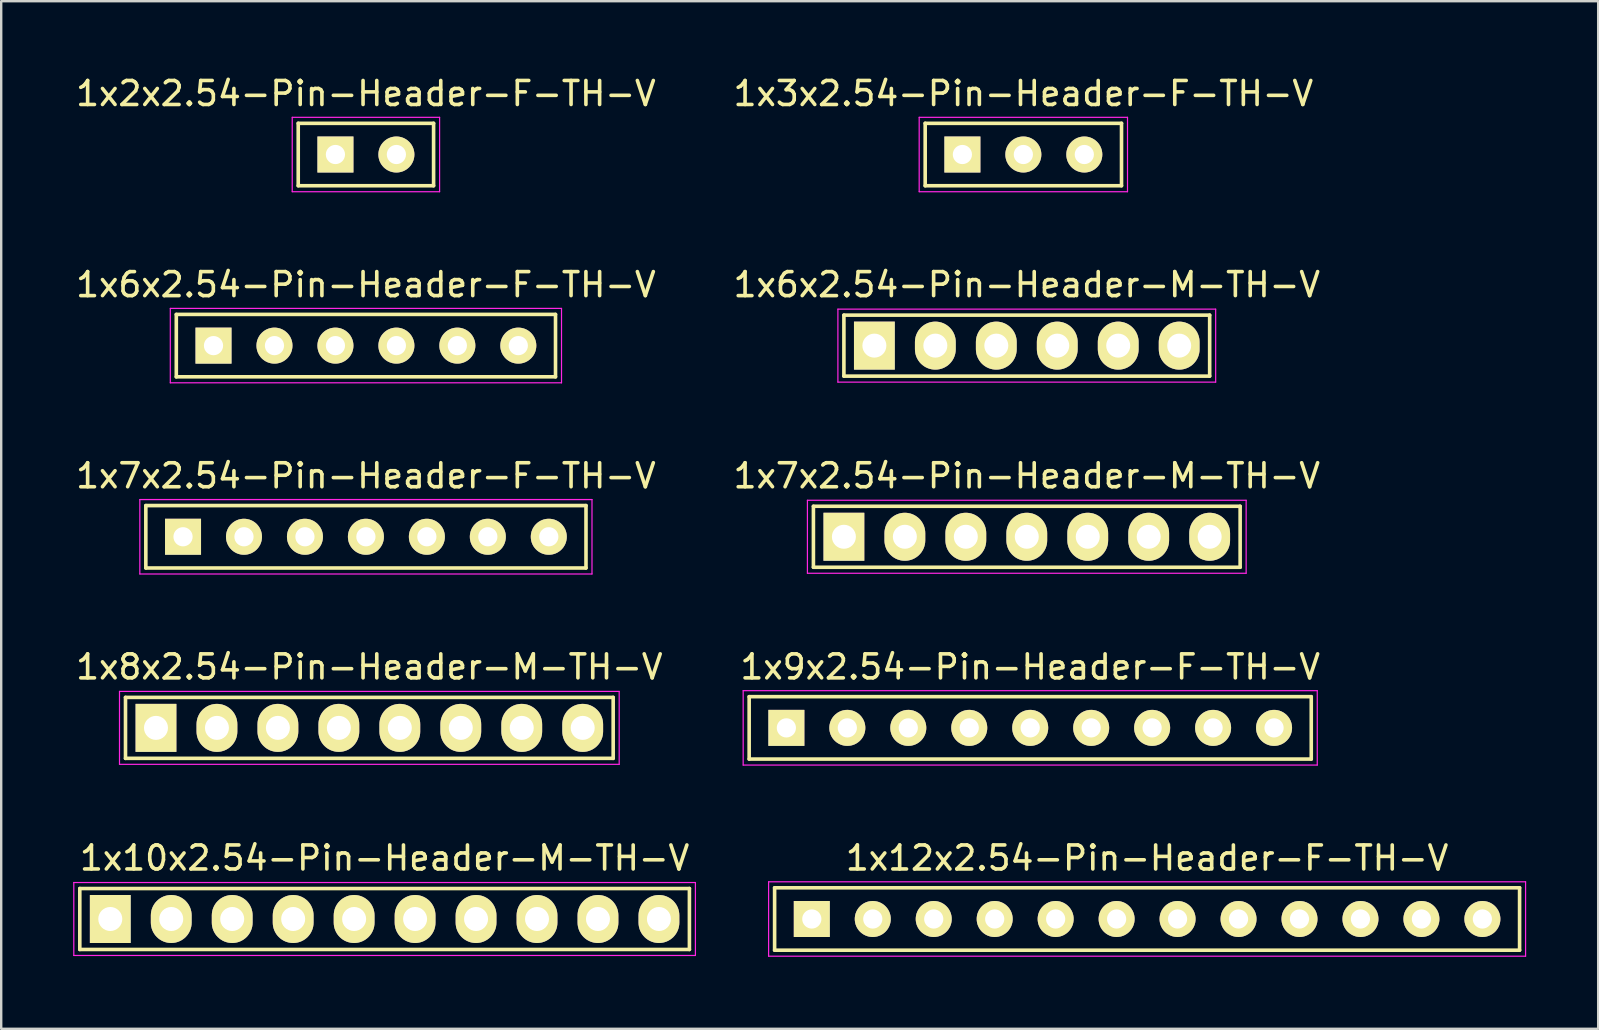
<source format=kicad_pcb>
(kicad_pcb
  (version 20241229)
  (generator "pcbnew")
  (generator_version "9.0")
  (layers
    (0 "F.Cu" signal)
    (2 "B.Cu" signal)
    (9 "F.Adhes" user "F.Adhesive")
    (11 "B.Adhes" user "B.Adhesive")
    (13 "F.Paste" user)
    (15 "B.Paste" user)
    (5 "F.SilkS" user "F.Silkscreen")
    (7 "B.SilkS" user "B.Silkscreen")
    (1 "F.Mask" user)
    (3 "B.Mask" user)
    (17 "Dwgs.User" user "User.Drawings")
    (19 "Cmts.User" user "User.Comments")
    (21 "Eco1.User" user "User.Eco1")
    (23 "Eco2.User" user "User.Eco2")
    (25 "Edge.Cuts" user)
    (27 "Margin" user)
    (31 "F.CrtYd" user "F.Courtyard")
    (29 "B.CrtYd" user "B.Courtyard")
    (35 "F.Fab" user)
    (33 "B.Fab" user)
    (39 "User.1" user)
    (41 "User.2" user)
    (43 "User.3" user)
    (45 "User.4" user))
  (footprint "1x12x2.54-Pin-Header-F-TH-V"
    (layer "F.Cu")
    (at 44.745 35.241)
    (property "Reference" "1x12x2.54-Pin-Header-F-TH-V" (at 0 -2.54 0) (layer "F.SilkS") (effects (font (size 1 1) (thickness 0.15))))
    (attr through_hole)
    (fp_line (start -15.52 -1.3) (end 15.52 -1.3) (stroke (width 0.15) (type solid)) (layer "F.SilkS"))
    (fp_line (start -15.52 1.3) (end -15.52 -1.3) (stroke (width 0.15) (type solid)) (layer "F.SilkS"))
    (fp_line (start 15.52 -1.3) (end 15.52 1.3) (stroke (width 0.15) (type solid)) (layer "F.SilkS"))
    (fp_line (start 15.52 1.3) (end -15.52 1.3) (stroke (width 0.15) (type solid)) (layer "F.SilkS"))
    (fp_line (start -15.77 -1.55) (end 15.77 -1.55) (stroke (width 0.05) (type solid)) (layer "F.CrtYd"))
    (fp_line (start -15.77 1.55) (end -15.77 -1.55) (stroke (width 0.05) (type solid)) (layer "F.CrtYd"))
    (fp_line (start 15.77 -1.55) (end 15.77 1.55) (stroke (width 0.05) (type solid)) (layer "F.CrtYd"))
    (fp_line (start 15.77 1.55) (end -15.77 1.55) (stroke (width 0.05) (type solid)) (layer "F.CrtYd"))
    (pad "1" thru_hole rect (at -13.97 0) (size 1.5 1.5) (drill 0.8) (layers "*.Cu" "*.Mask" "F.SilkS"))
    (pad "2" thru_hole circle (at -11.43 0) (size 1.5 1.5) (drill 0.8) (layers "*.Cu" "*.Mask" "F.SilkS"))
    (pad "3" thru_hole circle (at -8.89 0) (size 1.5 1.5) (drill 0.8) (layers "*.Cu" "*.Mask" "F.SilkS"))
    (pad "4" thru_hole circle (at -6.35 0) (size 1.5 1.5) (drill 0.8) (layers "*.Cu" "*.Mask" "F.SilkS"))
    (pad "5" thru_hole circle (at -3.81 0) (size 1.5 1.5) (drill 0.8) (layers "*.Cu" "*.Mask" "F.SilkS"))
    (pad "6" thru_hole circle (at -1.27 0) (size 1.5 1.5) (drill 0.8) (layers "*.Cu" "*.Mask" "F.SilkS"))
    (pad "7" thru_hole circle (at 1.27 0) (size 1.5 1.5) (drill 0.8) (layers "*.Cu" "*.Mask" "F.SilkS"))
    (pad "8" thru_hole circle (at 3.81 0) (size 1.5 1.5) (drill 0.8) (layers "*.Cu" "*.Mask" "F.SilkS"))
    (pad "9" thru_hole circle (at 6.35 0) (size 1.5 1.5) (drill 0.8) (layers "*.Cu" "*.Mask" "F.SilkS"))
    (pad "10" thru_hole circle (at 8.89 0) (size 1.5 1.5) (drill 0.8) (layers "*.Cu" "*.Mask" "F.SilkS"))
    (pad "11" thru_hole circle (at 11.43 0) (size 1.5 1.5) (drill 0.8) (layers "*.Cu" "*.Mask" "F.SilkS"))
    (pad "12" thru_hole circle (at 13.97 0) (size 1.5 1.5) (drill 0.8) (layers "*.Cu" "*.Mask" "F.SilkS")))
  (footprint "1x9x2.54-Pin-Header-F-TH-V"
    (layer "F.Cu")
    (at 39.875 27.278)
    (property "Reference" "1x9x2.54-Pin-Header-F-TH-V" (at 0 -2.54 0) (layer "F.SilkS") (effects (font (size 1 1) (thickness 0.15))))
    (attr through_hole)
    (fp_line (start -11.71 -1.3) (end 11.71 -1.3) (stroke (width 0.15) (type solid)) (layer "F.SilkS"))
    (fp_line (start -11.71 1.3) (end -11.71 -1.3) (stroke (width 0.15) (type solid)) (layer "F.SilkS"))
    (fp_line (start 11.71 -1.3) (end 11.71 1.3) (stroke (width 0.15) (type solid)) (layer "F.SilkS"))
    (fp_line (start 11.71 1.3) (end -11.71 1.3) (stroke (width 0.15) (type solid)) (layer "F.SilkS"))
    (fp_line (start -11.96 -1.55) (end 11.96 -1.55) (stroke (width 0.05) (type solid)) (layer "F.CrtYd"))
    (fp_line (start -11.96 1.55) (end -11.96 -1.55) (stroke (width 0.05) (type solid)) (layer "F.CrtYd"))
    (fp_line (start 11.96 -1.55) (end 11.96 1.55) (stroke (width 0.05) (type solid)) (layer "F.CrtYd"))
    (fp_line (start 11.96 1.55) (end -11.96 1.55) (stroke (width 0.05) (type solid)) (layer "F.CrtYd"))
    (pad "1" thru_hole rect (at -10.16 0) (size 1.5 1.5) (drill 0.8) (layers "*.Cu" "*.Mask" "F.SilkS"))
    (pad "2" thru_hole circle (at -7.62 0) (size 1.5 1.5) (drill 0.8) (layers "*.Cu" "*.Mask" "F.SilkS"))
    (pad "3" thru_hole circle (at -5.08 0) (size 1.5 1.5) (drill 0.8) (layers "*.Cu" "*.Mask" "F.SilkS"))
    (pad "4" thru_hole circle (at -2.54 0) (size 1.5 1.5) (drill 0.8) (layers "*.Cu" "*.Mask" "F.SilkS"))
    (pad "5" thru_hole circle (at 0 0) (size 1.5 1.5) (drill 0.8) (layers "*.Cu" "*.Mask" "F.SilkS"))
    (pad "6" thru_hole circle (at 2.54 0) (size 1.5 1.5) (drill 0.8) (layers "*.Cu" "*.Mask" "F.SilkS"))
    (pad "7" thru_hole circle (at 5.08 0) (size 1.5 1.5) (drill 0.8) (layers "*.Cu" "*.Mask" "F.SilkS"))
    (pad "8" thru_hole circle (at 7.62 0) (size 1.5 1.5) (drill 0.8) (layers "*.Cu" "*.Mask" "F.SilkS"))
    (pad "9" thru_hole circle (at 10.16 0) (size 1.5 1.5) (drill 0.8) (layers "*.Cu" "*.Mask" "F.SilkS")))
  (footprint "1x6x2.54-Pin-Header-M-TH-V"
    (layer "F.Cu")
    (at 39.732 11.351)
    (property "Reference" "1x6x2.54-Pin-Header-M-TH-V" (at 0 -2.54 0) (layer "F.SilkS") (effects (font (size 1 1) (thickness 0.15))))
    (attr through_hole)
    (fp_line (start -7.62 -1.27) (end 7.62 -1.27) (stroke (width 0.15) (type solid)) (layer "F.SilkS"))
    (fp_line (start -7.62 1.27) (end -7.62 -1.27) (stroke (width 0.15) (type solid)) (layer "F.SilkS"))
    (fp_line (start 7.62 -1.27) (end 7.62 1.27) (stroke (width 0.15) (type solid)) (layer "F.SilkS"))
    (fp_line (start 7.62 1.27) (end -7.62 1.27) (stroke (width 0.15) (type solid)) (layer "F.SilkS"))
    (fp_line (start -7.87 -1.52) (end 7.87 -1.52) (stroke (width 0.05) (type solid)) (layer "F.CrtYd"))
    (fp_line (start -7.87 1.52) (end -7.87 -1.52) (stroke (width 0.05) (type solid)) (layer "F.CrtYd"))
    (fp_line (start 7.87 -1.52) (end 7.87 1.52) (stroke (width 0.05) (type solid)) (layer "F.CrtYd"))
    (fp_line (start 7.87 1.52) (end -7.87 1.52) (stroke (width 0.05) (type solid)) (layer "F.CrtYd"))
    (pad "1" thru_hole rect (at -6.35 0) (size 1.7 2) (drill 1) (layers "*.Cu" "*.Mask" "F.SilkS"))
    (pad "2" thru_hole oval (at -3.81 0) (size 1.7 2) (drill 1) (layers "*.Cu" "*.Mask" "F.SilkS"))
    (pad "3" thru_hole oval (at -1.27 0) (size 1.7 2) (drill 1) (layers "*.Cu" "*.Mask" "F.SilkS"))
    (pad "4" thru_hole oval (at 1.27 0) (size 1.7 2) (drill 1) (layers "*.Cu" "*.Mask" "F.SilkS"))
    (pad "5" thru_hole oval (at 3.81 0) (size 1.7 2) (drill 1) (layers "*.Cu" "*.Mask" "F.SilkS"))
    (pad "6" thru_hole oval (at 6.35 0) (size 1.7 2) (drill 1) (layers "*.Cu" "*.Mask" "F.SilkS")))
  (footprint "1x10x2.54-Pin-Header-M-TH-V"
    (layer "F.Cu")
    (at 12.975 35.241)
    (property "Reference" "1x10x2.54-Pin-Header-M-TH-V" (at 0 -2.54 0) (layer "F.SilkS") (effects (font (size 1 1) (thickness 0.15))))
    (attr through_hole)
    (fp_line (start -12.7 -1.27) (end 12.7 -1.27) (stroke (width 0.15) (type solid)) (layer "F.SilkS"))
    (fp_line (start -12.7 1.27) (end -12.7 -1.27) (stroke (width 0.15) (type solid)) (layer "F.SilkS"))
    (fp_line (start 12.7 -1.27) (end 12.7 1.27) (stroke (width 0.15) (type solid)) (layer "F.SilkS"))
    (fp_line (start 12.7 1.27) (end -12.7 1.27) (stroke (width 0.15) (type solid)) (layer "F.SilkS"))
    (fp_line (start -12.95 -1.52) (end 12.95 -1.52) (stroke (width 0.05) (type solid)) (layer "F.CrtYd"))
    (fp_line (start -12.95 1.52) (end -12.95 -1.52) (stroke (width 0.05) (type solid)) (layer "F.CrtYd"))
    (fp_line (start 12.95 -1.52) (end 12.95 1.52) (stroke (width 0.05) (type solid)) (layer "F.CrtYd"))
    (fp_line (start 12.95 1.52) (end -12.95 1.52) (stroke (width 0.05) (type solid)) (layer "F.CrtYd"))
    (pad "1" thru_hole rect (at -11.43 0) (size 1.7 2) (drill 1) (layers "*.Cu" "*.Mask" "F.SilkS"))
    (pad "2" thru_hole oval (at -8.89 0) (size 1.7 2) (drill 1) (layers "*.Cu" "*.Mask" "F.SilkS"))
    (pad "3" thru_hole oval (at -6.35 0) (size 1.7 2) (drill 1) (layers "*.Cu" "*.Mask" "F.SilkS"))
    (pad "4" thru_hole oval (at -3.81 0) (size 1.7 2) (drill 1) (layers "*.Cu" "*.Mask" "F.SilkS"))
    (pad "5" thru_hole oval (at -1.27 0) (size 1.7 2) (drill 1) (layers "*.Cu" "*.Mask" "F.SilkS"))
    (pad "6" thru_hole oval (at 1.27 0) (size 1.7 2) (drill 1) (layers "*.Cu" "*.Mask" "F.SilkS"))
    (pad "7" thru_hole oval (at 3.81 0) (size 1.7 2) (drill 1) (layers "*.Cu" "*.Mask" "F.SilkS"))
    (pad "8" thru_hole oval (at 6.35 0) (size 1.7 2) (drill 1) (layers "*.Cu" "*.Mask" "F.SilkS"))
    (pad "9" thru_hole oval (at 8.89 0) (size 1.7 2) (drill 1) (layers "*.Cu" "*.Mask" "F.SilkS"))
    (pad "10" thru_hole oval (at 11.43 0) (size 1.7 2) (drill 1) (layers "*.Cu" "*.Mask" "F.SilkS")))
  (footprint "1x6x2.54-Pin-Header-F-TH-V"
    (layer "F.Cu")
    (at 12.196 11.351)
    (property "Reference" "1x6x2.54-Pin-Header-F-TH-V" (at 0 -2.54 0) (layer "F.SilkS") (effects (font (size 1 1) (thickness 0.15))))
    (attr through_hole)
    (fp_line (start -7.9 -1.3) (end 7.9 -1.3) (stroke (width 0.15) (type solid)) (layer "F.SilkS"))
    (fp_line (start -7.9 1.3) (end -7.9 -1.3) (stroke (width 0.15) (type solid)) (layer "F.SilkS"))
    (fp_line (start 7.9 -1.3) (end 7.9 1.3) (stroke (width 0.15) (type solid)) (layer "F.SilkS"))
    (fp_line (start 7.9 1.3) (end -7.9 1.3) (stroke (width 0.15) (type solid)) (layer "F.SilkS"))
    (fp_line (start -8.15 -1.55) (end 8.15 -1.55) (stroke (width 0.05) (type solid)) (layer "F.CrtYd"))
    (fp_line (start -8.15 1.55) (end -8.15 -1.55) (stroke (width 0.05) (type solid)) (layer "F.CrtYd"))
    (fp_line (start 8.15 -1.55) (end 8.15 1.55) (stroke (width 0.05) (type solid)) (layer "F.CrtYd"))
    (fp_line (start 8.15 1.55) (end -8.15 1.55) (stroke (width 0.05) (type solid)) (layer "F.CrtYd"))
    (pad "1" thru_hole rect (at -6.35 0) (size 1.5 1.5) (drill 0.8) (layers "*.Cu" "*.Mask" "F.SilkS"))
    (pad "2" thru_hole circle (at -3.81 0) (size 1.5 1.5) (drill 0.8) (layers "*.Cu" "*.Mask" "F.SilkS"))
    (pad "3" thru_hole circle (at -1.27 0) (size 1.5 1.5) (drill 0.8) (layers "*.Cu" "*.Mask" "F.SilkS"))
    (pad "4" thru_hole circle (at 1.27 0) (size 1.5 1.5) (drill 0.8) (layers "*.Cu" "*.Mask" "F.SilkS"))
    (pad "5" thru_hole circle (at 3.81 0) (size 1.5 1.5) (drill 0.8) (layers "*.Cu" "*.Mask" "F.SilkS"))
    (pad "6" thru_hole circle (at 6.35 0) (size 1.5 1.5) (drill 0.8) (layers "*.Cu" "*.Mask" "F.SilkS")))
  (footprint "1x7x2.54-Pin-Header-F-TH-V"
    (layer "F.Cu")
    (at 12.196 19.315)
    (property "Reference" "1x7x2.54-Pin-Header-F-TH-V" (at 0 -2.54 0) (layer "F.SilkS") (effects (font (size 1 1) (thickness 0.15))))
    (attr through_hole)
    (fp_line (start -9.17 -1.3) (end 9.17 -1.3) (stroke (width 0.15) (type solid)) (layer "F.SilkS"))
    (fp_line (start -9.17 1.3) (end -9.17 -1.3) (stroke (width 0.15) (type solid)) (layer "F.SilkS"))
    (fp_line (start 9.17 -1.3) (end 9.17 1.3) (stroke (width 0.15) (type solid)) (layer "F.SilkS"))
    (fp_line (start 9.17 1.3) (end -9.17 1.3) (stroke (width 0.15) (type solid)) (layer "F.SilkS"))
    (fp_line (start -9.42 -1.55) (end 9.42 -1.55) (stroke (width 0.05) (type solid)) (layer "F.CrtYd"))
    (fp_line (start -9.42 1.55) (end -9.42 -1.55) (stroke (width 0.05) (type solid)) (layer "F.CrtYd"))
    (fp_line (start 9.42 -1.55) (end 9.42 1.55) (stroke (width 0.05) (type solid)) (layer "F.CrtYd"))
    (fp_line (start 9.42 1.55) (end -9.42 1.55) (stroke (width 0.05) (type solid)) (layer "F.CrtYd"))
    (pad "1" thru_hole rect (at -7.62 0) (size 1.5 1.5) (drill 0.8) (layers "*.Cu" "*.Mask" "F.SilkS"))
    (pad "2" thru_hole circle (at -5.08 0) (size 1.5 1.5) (drill 0.8) (layers "*.Cu" "*.Mask" "F.SilkS"))
    (pad "3" thru_hole circle (at -2.54 0) (size 1.5 1.5) (drill 0.8) (layers "*.Cu" "*.Mask" "F.SilkS"))
    (pad "4" thru_hole circle (at 0 0) (size 1.5 1.5) (drill 0.8) (layers "*.Cu" "*.Mask" "F.SilkS"))
    (pad "5" thru_hole circle (at 2.54 0) (size 1.5 1.5) (drill 0.8) (layers "*.Cu" "*.Mask" "F.SilkS"))
    (pad "6" thru_hole circle (at 5.08 0) (size 1.5 1.5) (drill 0.8) (layers "*.Cu" "*.Mask" "F.SilkS"))
    (pad "7" thru_hole circle (at 7.62 0) (size 1.5 1.5) (drill 0.8) (layers "*.Cu" "*.Mask" "F.SilkS")))
  (footprint "1x3x2.54-Pin-Header-F-TH-V"
    (layer "F.Cu")
    (at 39.589 3.388)
    (property "Reference" "1x3x2.54-Pin-Header-F-TH-V" (at 0 -2.54 0) (layer "F.SilkS") (effects (font (size 1 1) (thickness 0.15))))
    (attr through_hole)
    (fp_line (start -4.09 -1.3) (end 4.09 -1.3) (stroke (width 0.15) (type solid)) (layer "F.SilkS"))
    (fp_line (start -4.09 1.3) (end -4.09 -1.3) (stroke (width 0.15) (type solid)) (layer "F.SilkS"))
    (fp_line (start 4.09 -1.3) (end 4.09 1.3) (stroke (width 0.15) (type solid)) (layer "F.SilkS"))
    (fp_line (start 4.09 1.3) (end -4.09 1.3) (stroke (width 0.15) (type solid)) (layer "F.SilkS"))
    (fp_line (start -4.34 -1.55) (end 4.34 -1.55) (stroke (width 0.05) (type solid)) (layer "F.CrtYd"))
    (fp_line (start -4.34 1.55) (end -4.34 -1.55) (stroke (width 0.05) (type solid)) (layer "F.CrtYd"))
    (fp_line (start 4.34 -1.55) (end 4.34 1.55) (stroke (width 0.05) (type solid)) (layer "F.CrtYd"))
    (fp_line (start 4.34 1.55) (end -4.34 1.55) (stroke (width 0.05) (type solid)) (layer "F.CrtYd"))
    (pad "1" thru_hole rect (at -2.54 0) (size 1.5 1.5) (drill 0.8) (layers "*.Cu" "*.Mask" "F.SilkS"))
    (pad "2" thru_hole circle (at 0 0) (size 1.5 1.5) (drill 0.8) (layers "*.Cu" "*.Mask" "F.SilkS"))
    (pad "3" thru_hole circle (at 2.54 0) (size 1.5 1.5) (drill 0.8) (layers "*.Cu" "*.Mask" "F.SilkS")))
  (footprint "1x7x2.54-Pin-Header-M-TH-V"
    (layer "F.Cu")
    (at 39.732 19.315)
    (property "Reference" "1x7x2.54-Pin-Header-M-TH-V" (at 0 -2.54 0) (layer "F.SilkS") (effects (font (size 1 1) (thickness 0.15))))
    (attr through_hole)
    (fp_line (start -8.89 -1.27) (end 8.89 -1.27) (stroke (width 0.15) (type solid)) (layer "F.SilkS"))
    (fp_line (start -8.89 1.27) (end -8.89 -1.27) (stroke (width 0.15) (type solid)) (layer "F.SilkS"))
    (fp_line (start 8.89 -1.27) (end 8.89 1.27) (stroke (width 0.15) (type solid)) (layer "F.SilkS"))
    (fp_line (start 8.89 1.27) (end -8.89 1.27) (stroke (width 0.15) (type solid)) (layer "F.SilkS"))
    (fp_line (start -9.14 -1.52) (end 9.14 -1.52) (stroke (width 0.05) (type solid)) (layer "F.CrtYd"))
    (fp_line (start -9.14 1.52) (end -9.14 -1.52) (stroke (width 0.05) (type solid)) (layer "F.CrtYd"))
    (fp_line (start 9.14 -1.52) (end 9.14 1.52) (stroke (width 0.05) (type solid)) (layer "F.CrtYd"))
    (fp_line (start 9.14 1.52) (end -9.14 1.52) (stroke (width 0.05) (type solid)) (layer "F.CrtYd"))
    (pad "1" thru_hole rect (at -7.62 0) (size 1.7 2) (drill 1) (layers "*.Cu" "*.Mask" "F.SilkS"))
    (pad "2" thru_hole oval (at -5.08 0) (size 1.7 2) (drill 1) (layers "*.Cu" "*.Mask" "F.SilkS"))
    (pad "3" thru_hole oval (at -2.54 0) (size 1.7 2) (drill 1) (layers "*.Cu" "*.Mask" "F.SilkS"))
    (pad "4" thru_hole oval (at 0 0) (size 1.7 2) (drill 1) (layers "*.Cu" "*.Mask" "F.SilkS"))
    (pad "5" thru_hole oval (at 2.54 0) (size 1.7 2) (drill 1) (layers "*.Cu" "*.Mask" "F.SilkS"))
    (pad "6" thru_hole oval (at 5.08 0) (size 1.7 2) (drill 1) (layers "*.Cu" "*.Mask" "F.SilkS"))
    (pad "7" thru_hole oval (at 7.62 0) (size 1.7 2) (drill 1) (layers "*.Cu" "*.Mask" "F.SilkS")))
  (footprint "1x2x2.54-Pin-Header-F-TH-V"
    (layer "F.Cu")
    (at 12.196 3.388)
    (property "Reference" "1x2x2.54-Pin-Header-F-TH-V" (at 0 -2.54 0) (layer "F.SilkS") (effects (font (size 1 1) (thickness 0.15))))
    (attr through_hole)
    (fp_line (start -2.82 -1.3) (end 2.82 -1.3) (stroke (width 0.15) (type solid)) (layer "F.SilkS"))
    (fp_line (start -2.82 1.3) (end -2.82 -1.3) (stroke (width 0.15) (type solid)) (layer "F.SilkS"))
    (fp_line (start 2.82 -1.3) (end 2.82 1.3) (stroke (width 0.15) (type solid)) (layer "F.SilkS"))
    (fp_line (start 2.82 1.3) (end -2.82 1.3) (stroke (width 0.15) (type solid)) (layer "F.SilkS"))
    (fp_line (start -3.07 -1.55) (end 3.07 -1.55) (stroke (width 0.05) (type solid)) (layer "F.CrtYd"))
    (fp_line (start -3.07 1.55) (end -3.07 -1.55) (stroke (width 0.05) (type solid)) (layer "F.CrtYd"))
    (fp_line (start 3.07 -1.55) (end 3.07 1.55) (stroke (width 0.05) (type solid)) (layer "F.CrtYd"))
    (fp_line (start 3.07 1.55) (end -3.07 1.55) (stroke (width 0.05) (type solid)) (layer "F.CrtYd"))
    (pad "1" thru_hole rect (at -1.27 0) (size 1.5 1.5) (drill 0.8) (layers "*.Cu" "*.Mask" "F.SilkS"))
    (pad "2" thru_hole circle (at 1.27 0) (size 1.5 1.5) (drill 0.8) (layers "*.Cu" "*.Mask" "F.SilkS")))
  (footprint "1x8x2.54-Pin-Header-M-TH-V"
    (layer "F.Cu")
    (at 12.339 27.278)
    (property "Reference" "1x8x2.54-Pin-Header-M-TH-V" (at 0 -2.54 0) (layer "F.SilkS") (effects (font (size 1 1) (thickness 0.15))))
    (attr through_hole)
    (fp_line (start -10.16 -1.27) (end 10.16 -1.27) (stroke (width 0.15) (type solid)) (layer "F.SilkS"))
    (fp_line (start -10.16 1.27) (end -10.16 -1.27) (stroke (width 0.15) (type solid)) (layer "F.SilkS"))
    (fp_line (start 10.16 -1.27) (end 10.16 1.27) (stroke (width 0.15) (type solid)) (layer "F.SilkS"))
    (fp_line (start 10.16 1.27) (end -10.16 1.27) (stroke (width 0.15) (type solid)) (layer "F.SilkS"))
    (fp_line (start -10.41 -1.52) (end 10.41 -1.52) (stroke (width 0.05) (type solid)) (layer "F.CrtYd"))
    (fp_line (start -10.41 1.52) (end -10.41 -1.52) (stroke (width 0.05) (type solid)) (layer "F.CrtYd"))
    (fp_line (start 10.41 -1.52) (end 10.41 1.52) (stroke (width 0.05) (type solid)) (layer "F.CrtYd"))
    (fp_line (start 10.41 1.52) (end -10.41 1.52) (stroke (width 0.05) (type solid)) (layer "F.CrtYd"))
    (pad "1" thru_hole rect (at -8.89 0) (size 1.7 2) (drill 1) (layers "*.Cu" "*.Mask" "F.SilkS"))
    (pad "2" thru_hole oval (at -6.35 0) (size 1.7 2) (drill 1) (layers "*.Cu" "*.Mask" "F.SilkS"))
    (pad "3" thru_hole oval (at -3.81 0) (size 1.7 2) (drill 1) (layers "*.Cu" "*.Mask" "F.SilkS"))
    (pad "4" thru_hole oval (at -1.27 0) (size 1.7 2) (drill 1) (layers "*.Cu" "*.Mask" "F.SilkS"))
    (pad "5" thru_hole oval (at 1.27 0) (size 1.7 2) (drill 1) (layers "*.Cu" "*.Mask" "F.SilkS"))
    (pad "6" thru_hole oval (at 3.81 0) (size 1.7 2) (drill 1) (layers "*.Cu" "*.Mask" "F.SilkS"))
    (pad "7" thru_hole oval (at 6.35 0) (size 1.7 2) (drill 1) (layers "*.Cu" "*.Mask" "F.SilkS"))
    (pad "8" thru_hole oval (at 8.89 0) (size 1.7 2) (drill 1) (layers "*.Cu" "*.Mask" "F.SilkS")))
  (gr_rect
    (start -3 -3)
    (end 63.54 39.816)
    (stroke (width 0.1) (type default))
    (fill no)
    (layer "Edge.Cuts")))
</source>
